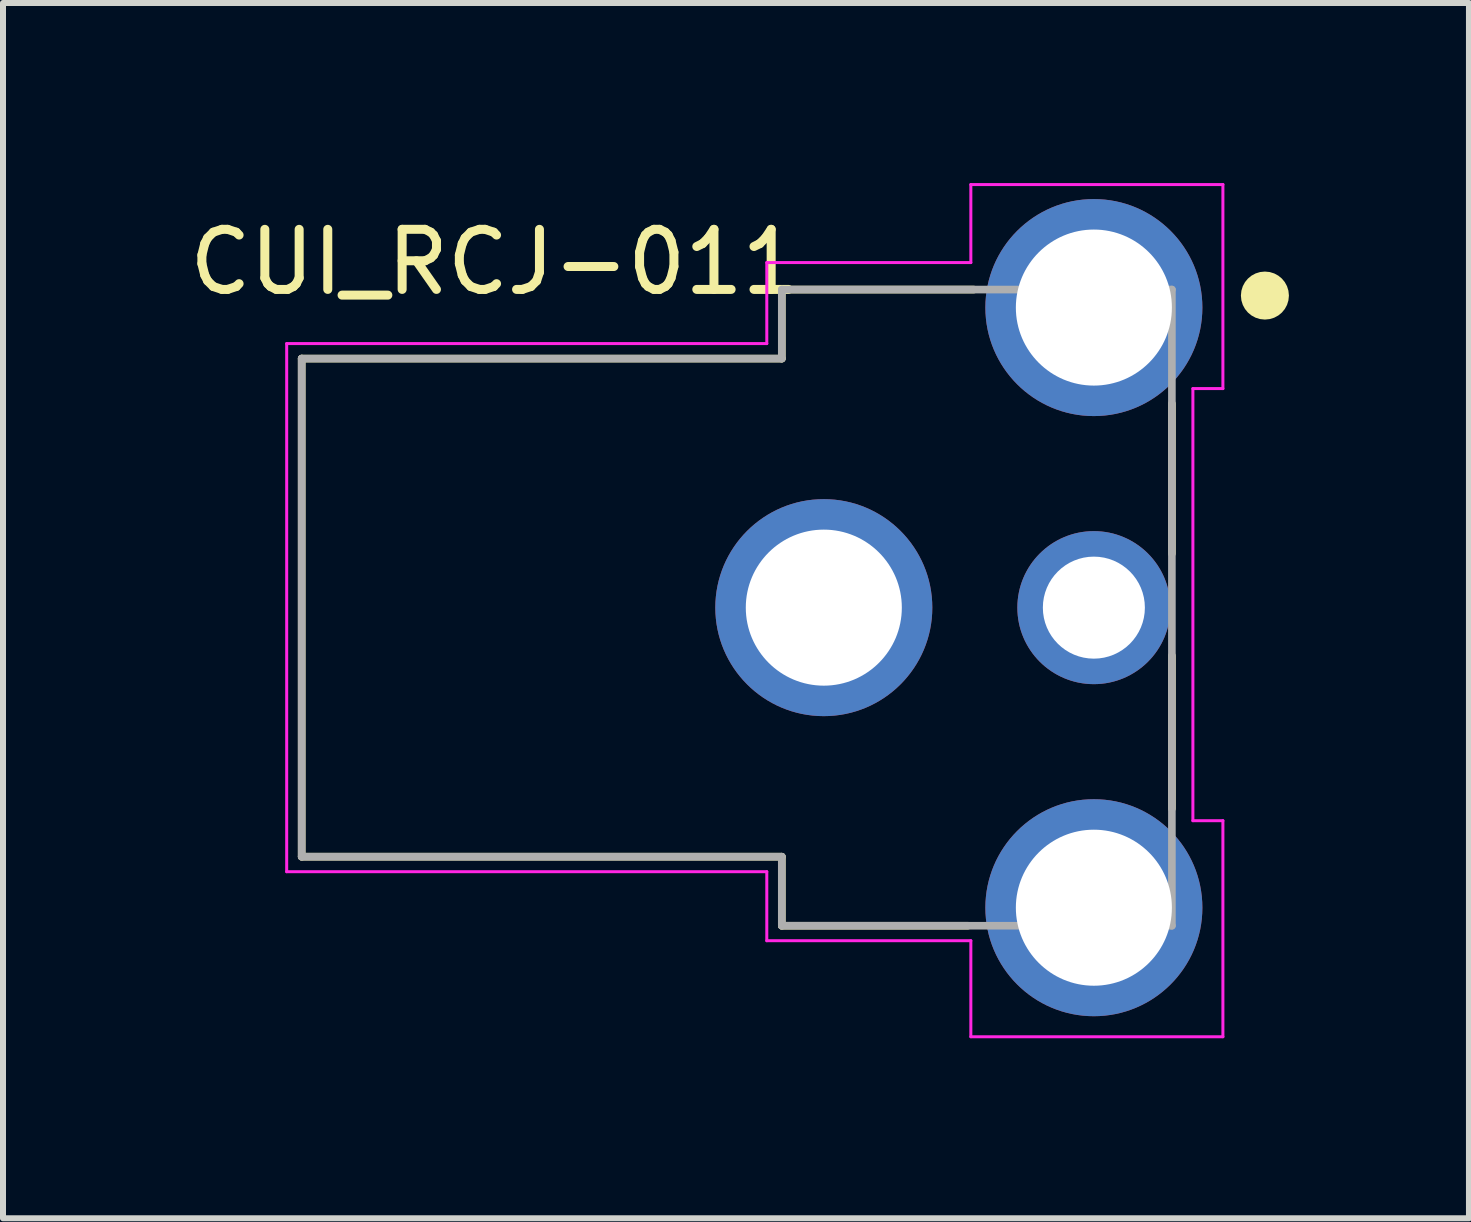
<source format=kicad_pcb>
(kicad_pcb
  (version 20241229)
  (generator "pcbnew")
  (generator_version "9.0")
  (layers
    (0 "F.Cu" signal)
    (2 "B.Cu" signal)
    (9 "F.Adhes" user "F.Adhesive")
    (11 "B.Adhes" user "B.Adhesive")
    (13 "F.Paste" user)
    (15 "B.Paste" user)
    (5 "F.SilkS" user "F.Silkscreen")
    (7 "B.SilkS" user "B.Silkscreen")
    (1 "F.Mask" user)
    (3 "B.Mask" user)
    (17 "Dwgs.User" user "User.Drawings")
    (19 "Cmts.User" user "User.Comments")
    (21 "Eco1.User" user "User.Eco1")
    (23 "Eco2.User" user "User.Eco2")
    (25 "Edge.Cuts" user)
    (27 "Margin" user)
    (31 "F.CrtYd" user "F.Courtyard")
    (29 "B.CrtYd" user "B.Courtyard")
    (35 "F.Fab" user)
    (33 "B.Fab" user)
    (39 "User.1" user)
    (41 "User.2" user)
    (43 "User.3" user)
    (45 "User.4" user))
  (footprint "CUI_RCJ-011"
    (layer "F.Cu")
    (at 9.227 7.075)
    (property "Reference" "CUI_RCJ-011" (at -4.027 -5.758 0) (layer "F.SilkS") (effects (font (size 1.001 1.001) (thickness 0.15))))
    (attr through_hole)
    (fp_line (start -7.25 -4.15) (end -7.25 4.15) (stroke (width 0.127) (type solid)) (layer "F.SilkS"))
    (fp_line (start -7.25 4.15) (end 0.75 4.15) (stroke (width 0.127) (type solid)) (layer "F.SilkS"))
    (fp_line (start 0.75 -5.3) (end 0.75 -4.15) (stroke (width 0.127) (type solid)) (layer "F.SilkS"))
    (fp_line (start 0.75 -4.15) (end -7.25 -4.15) (stroke (width 0.127) (type solid)) (layer "F.SilkS"))
    (fp_line (start 0.75 4.15) (end 0.75 5.3) (stroke (width 0.127) (type solid)) (layer "F.SilkS"))
    (fp_line (start 0.75 5.3) (end 3.85 5.3) (stroke (width 0.127) (type solid)) (layer "F.SilkS"))
    (fp_line (start 3.95 -5.3) (end 0.75 -5.3) (stroke (width 0.127) (type solid)) (layer "F.SilkS"))
    (fp_line (start 7.25 -0.9) (end 7.25 -3.4) (stroke (width 0.127) (type solid)) (layer "F.SilkS"))
    (fp_line (start 7.25 3.35) (end 7.25 0.8) (stroke (width 0.127) (type solid)) (layer "F.SilkS"))
    (fp_circle (center 8.8 -5.2) (end 9 -5.2) (stroke (width 0.4) (type solid)) (fill no) (layer "F.SilkS"))
    (fp_line (start -7.5 -4.4) (end -7.5 4.4) (stroke (width 0.05) (type solid)) (layer "F.CrtYd"))
    (fp_line (start -7.5 4.4) (end 0.5 4.4) (stroke (width 0.05) (type solid)) (layer "F.CrtYd"))
    (fp_line (start 0.5 -5.75) (end 0.5 -4.4) (stroke (width 0.05) (type solid)) (layer "F.CrtYd"))
    (fp_line (start 0.5 -4.4) (end -7.5 -4.4) (stroke (width 0.05) (type solid)) (layer "F.CrtYd"))
    (fp_line (start 0.5 4.4) (end 0.5 5.55) (stroke (width 0.05) (type solid)) (layer "F.CrtYd"))
    (fp_line (start 0.5 5.55) (end 3.9 5.55) (stroke (width 0.05) (type solid)) (layer "F.CrtYd"))
    (fp_line (start 3.9 -7.05) (end 8.1 -7.05) (stroke (width 0.05) (type solid)) (layer "F.CrtYd"))
    (fp_line (start 3.9 -5.75) (end 0.5 -5.75) (stroke (width 0.05) (type solid)) (layer "F.CrtYd"))
    (fp_line (start 3.9 -5.75) (end 3.9 -7.05) (stroke (width 0.05) (type solid)) (layer "F.CrtYd"))
    (fp_line (start 3.9 7.15) (end 3.9 5.55) (stroke (width 0.05) (type solid)) (layer "F.CrtYd"))
    (fp_line (start 7.6 -3.65) (end 7.6 3.55) (stroke (width 0.05) (type solid)) (layer "F.CrtYd"))
    (fp_line (start 7.6 3.55) (end 8.1 3.55) (stroke (width 0.05) (type solid)) (layer "F.CrtYd"))
    (fp_line (start 8.1 -7.05) (end 8.1 -3.65) (stroke (width 0.05) (type solid)) (layer "F.CrtYd"))
    (fp_line (start 8.1 -3.65) (end 7.6 -3.65) (stroke (width 0.05) (type solid)) (layer "F.CrtYd"))
    (fp_line (start 8.1 7.15) (end 3.9 7.15) (stroke (width 0.05) (type solid)) (layer "F.CrtYd"))
    (fp_line (start 8.1 7.15) (end 8.1 3.55) (stroke (width 0.05) (type solid)) (layer "F.CrtYd"))
    (fp_line (start -7.25 -4.15) (end -7.25 4.15) (stroke (width 0.127) (type solid)) (layer "F.Fab"))
    (fp_line (start -7.25 4.15) (end 0.75 4.15) (stroke (width 0.127) (type solid)) (layer "F.Fab"))
    (fp_line (start 0.75 -5.3) (end 0.75 -4.15) (stroke (width 0.127) (type solid)) (layer "F.Fab"))
    (fp_line (start 0.75 -4.15) (end -7.25 -4.15) (stroke (width 0.127) (type solid)) (layer "F.Fab"))
    (fp_line (start 0.75 4.15) (end 0.75 5.3) (stroke (width 0.127) (type solid)) (layer "F.Fab"))
    (fp_line (start 0.75 5.3) (end 7.25 5.3) (stroke (width 0.127) (type solid)) (layer "F.Fab"))
    (fp_line (start 7.25 -5.3) (end 0.75 -5.3) (stroke (width 0.127) (type solid)) (layer "F.Fab"))
    (fp_line (start 7.25 5.3) (end 7.25 -5.3) (stroke (width 0.127) (type solid)) (layer "F.Fab"))
    (pad "1A" thru_hole circle (at 5.95 -5) (size 3.616 3.616) (drill 2.6) (layers "*.Cu" "*.Mask"))
    (pad "1B" thru_hole circle (at 5.95 5) (size 3.616 3.616) (drill 2.6) (layers "*.Cu" "*.Mask"))
    (pad "1C" thru_hole circle (at 1.45 0) (size 3.616 3.616) (drill 2.6) (layers "*.Cu" "*.Mask"))
    (pad "2" thru_hole circle (at 5.95 0) (size 2.55 2.55) (drill 1.7) (layers "*.Cu" "*.Mask")))
  (gr_rect
    (start -3 -3)
    (end 21.427 17.25)
    (stroke (width 0.1) (type default))
    (fill no)
    (layer "Edge.Cuts")))
</source>
